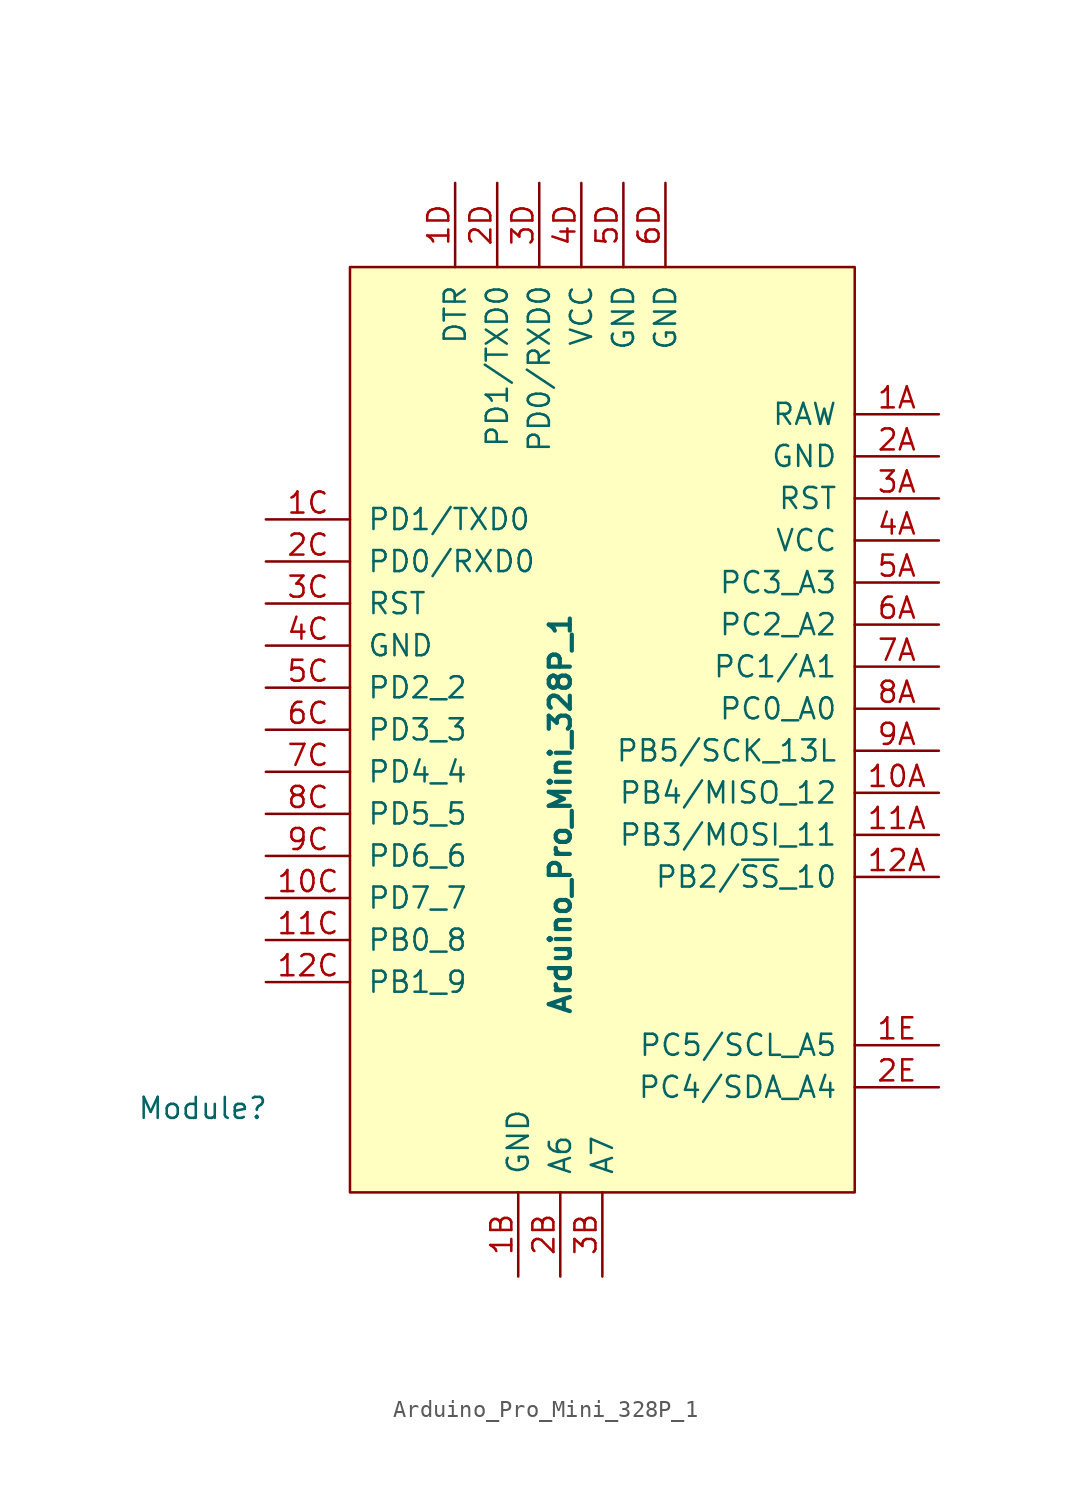
<source format=kicad_sym>
(kicad_symbol_lib
  (version 20211014)
  (generator kicad_symbol_editor)
  (symbol "Arduino_Pro_Mini_328P_1"
    (pin_names
      (offset 1.016))
    (property "Reference" "Module"
      (at -8.89 5.08 0)
      (effects (font (size 1.27 1.27))))
    (property "Value" "Arduino_Pro_Mini_328P_1"
      (at 12.7 22.86 90)
      (effects (font (size 1.27 1.27) bold)))
    (symbol "Arduino_Pro_Mini_328P_1_0_0"
      (pin bidirectional line (at 35.56 6.35 180) (length 5.08) (name "PC4/SDA_A4" (effects (font (size 1.27 1.27)))) (number "2E" (effects (font (size 1.27 1.27))))))
    (symbol "Arduino_Pro_Mini_328P_1_0_1"
      (rectangle (start 0 0) (end 30.48 55.88) (stroke (width 0) (type default) (color 0 0 0 0)) (fill (type background))))
    (symbol "Arduino_Pro_Mini_328P_1_1_1"
      (pin bidirectional line (at 35.56 24.13 180) (length 5.08) (name "PB4/MISO_12" (effects (font (size 1.27 1.27)))) (number "10A" (effects (font (size 1.27 1.27)))))
      (pin bidirectional line (at -5.08 17.78 0) (length 5.08) (name "PD7_7" (effects (font (size 1.27 1.27)))) (number "10C" (effects (font (size 1.27 1.27)))))
      (pin bidirectional line (at 35.56 21.59 180) (length 5.08) (name "PB3/MOSI_11" (effects (font (size 1.27 1.27)))) (number "11A" (effects (font (size 1.27 1.27)))))
      (pin bidirectional line (at -5.08 15.24 0) (length 5.08) (name "PB0_8" (effects (font (size 1.27 1.27)))) (number "11C" (effects (font (size 1.27 1.27)))))
      (pin bidirectional line (at 35.56 19.05 180) (length 5.08) (name "PB2/~{SS}_10" (effects (font (size 1.27 1.27)))) (number "12A" (effects (font (size 1.27 1.27)))))
      (pin bidirectional line (at -5.08 12.7 0) (length 5.08) (name "PB1_9" (effects (font (size 1.27 1.27)))) (number "12C" (effects (font (size 1.27 1.27)))))
      (pin power_in line (at 35.56 46.99 180) (length 5.08) (name "RAW" (effects (font (size 1.27 1.27)))) (number "1A" (effects (font (size 1.27 1.27)))))
      (pin power_in line (at 10.16 -5.08 90) (length 5.08) (name "GND" (effects (font (size 1.27 1.27)))) (number "1B" (effects (font (size 1.27 1.27)))))
      (pin bidirectional line (at -5.08 40.64 0) (length 5.08) (name "PD1/TXD0" (effects (font (size 1.27 1.27)))) (number "1C" (effects (font (size 1.27 1.27)))))
      (pin input line (at 6.35 60.96 270) (length 5.08) (name "DTR" (effects (font (size 1.27 1.27)))) (number "1D" (effects (font (size 1.27 1.27)))))
      (pin bidirectional line (at 35.56 8.89 180) (length 5.08) (name "PC5/SCL_A5" (effects (font (size 1.27 1.27)))) (number "1E" (effects (font (size 1.27 1.27)))))
      (pin power_in line (at 35.56 44.45 180) (length 5.08) (name "GND" (effects (font (size 1.27 1.27)))) (number "2A" (effects (font (size 1.27 1.27)))))
      (pin bidirectional line (at 12.7 -5.08 90) (length 5.08) (name "A6" (effects (font (size 1.27 1.27)))) (number "2B" (effects (font (size 1.27 1.27)))))
      (pin bidirectional line (at -5.08 38.1 0) (length 5.08) (name "PD0/RXD0" (effects (font (size 1.27 1.27)))) (number "2C" (effects (font (size 1.27 1.27)))))
      (pin bidirectional line (at 8.89 60.96 270) (length 5.08) (name "PD1/TXD0" (effects (font (size 1.27 1.27)))) (number "2D" (effects (font (size 1.27 1.27)))))
      (pin input line (at 35.56 41.91 180) (length 5.08) (name "RST" (effects (font (size 1.27 1.27)))) (number "3A" (effects (font (size 1.27 1.27)))))
      (pin bidirectional line (at 15.24 -5.08 90) (length 5.08) (name "A7" (effects (font (size 1.27 1.27)))) (number "3B" (effects (font (size 1.27 1.27)))))
      (pin input line (at -5.08 35.56 0) (length 5.08) (name "RST" (effects (font (size 1.27 1.27)))) (number "3C" (effects (font (size 1.27 1.27)))))
      (pin bidirectional line (at 11.43 60.96 270) (length 5.08) (name "PD0/RXD0" (effects (font (size 1.27 1.27)))) (number "3D" (effects (font (size 1.27 1.27)))))
      (pin power_in line (at 35.56 39.37 180) (length 5.08) (name "VCC" (effects (font (size 1.27 1.27)))) (number "4A" (effects (font (size 1.27 1.27)))))
      (pin power_in line (at -5.08 33.02 0) (length 5.08) (name "GND" (effects (font (size 1.27 1.27)))) (number "4C" (effects (font (size 1.27 1.27)))))
      (pin power_in line (at 13.97 60.96 270) (length 5.08) (name "VCC" (effects (font (size 1.27 1.27)))) (number "4D" (effects (font (size 1.27 1.27)))))
      (pin bidirectional line (at 35.56 36.83 180) (length 5.08) (name "PC3_A3" (effects (font (size 1.27 1.27)))) (number "5A" (effects (font (size 1.27 1.27)))))
      (pin bidirectional line (at -5.08 30.48 0) (length 5.08) (name "PD2_2" (effects (font (size 1.27 1.27)))) (number "5C" (effects (font (size 1.27 1.27)))))
      (pin power_in line (at 16.51 60.96 270) (length 5.08) (name "GND" (effects (font (size 1.27 1.27)))) (number "5D" (effects (font (size 1.27 1.27)))))
      (pin bidirectional line (at 35.56 34.29 180) (length 5.08) (name "PC2_A2" (effects (font (size 1.27 1.27)))) (number "6A" (effects (font (size 1.27 1.27)))))
      (pin bidirectional line (at -5.08 27.94 0) (length 5.08) (name "PD3_3" (effects (font (size 1.27 1.27)))) (number "6C" (effects (font (size 1.27 1.27)))))
      (pin power_in line (at 19.05 60.96 270) (length 5.08) (name "GND" (effects (font (size 1.27 1.27)))) (number "6D" (effects (font (size 1.27 1.27)))))
      (pin bidirectional line (at 35.56 31.75 180) (length 5.08) (name "PC1/A1" (effects (font (size 1.27 1.27)))) (number "7A" (effects (font (size 1.27 1.27)))))
      (pin bidirectional line (at -5.08 25.4 0) (length 5.08) (name "PD4_4" (effects (font (size 1.27 1.27)))) (number "7C" (effects (font (size 1.27 1.27)))))
      (pin bidirectional line (at 35.56 29.21 180) (length 5.08) (name "PC0_A0" (effects (font (size 1.27 1.27)))) (number "8A" (effects (font (size 1.27 1.27)))))
      (pin bidirectional line (at -5.08 22.86 0) (length 5.08) (name "PD5_5" (effects (font (size 1.27 1.27)))) (number "8C" (effects (font (size 1.27 1.27)))))
      (pin bidirectional line (at 35.56 26.67 180) (length 5.08) (name "PB5/SCK_13L" (effects (font (size 1.27 1.27)))) (number "9A" (effects (font (size 1.27 1.27)))))
      (pin bidirectional line (at -5.08 20.32 0) (length 5.08) (name "PD6_6" (effects (font (size 1.27 1.27)))) (number "9C" (effects (font (size 1.27 1.27))))))))
</source>
